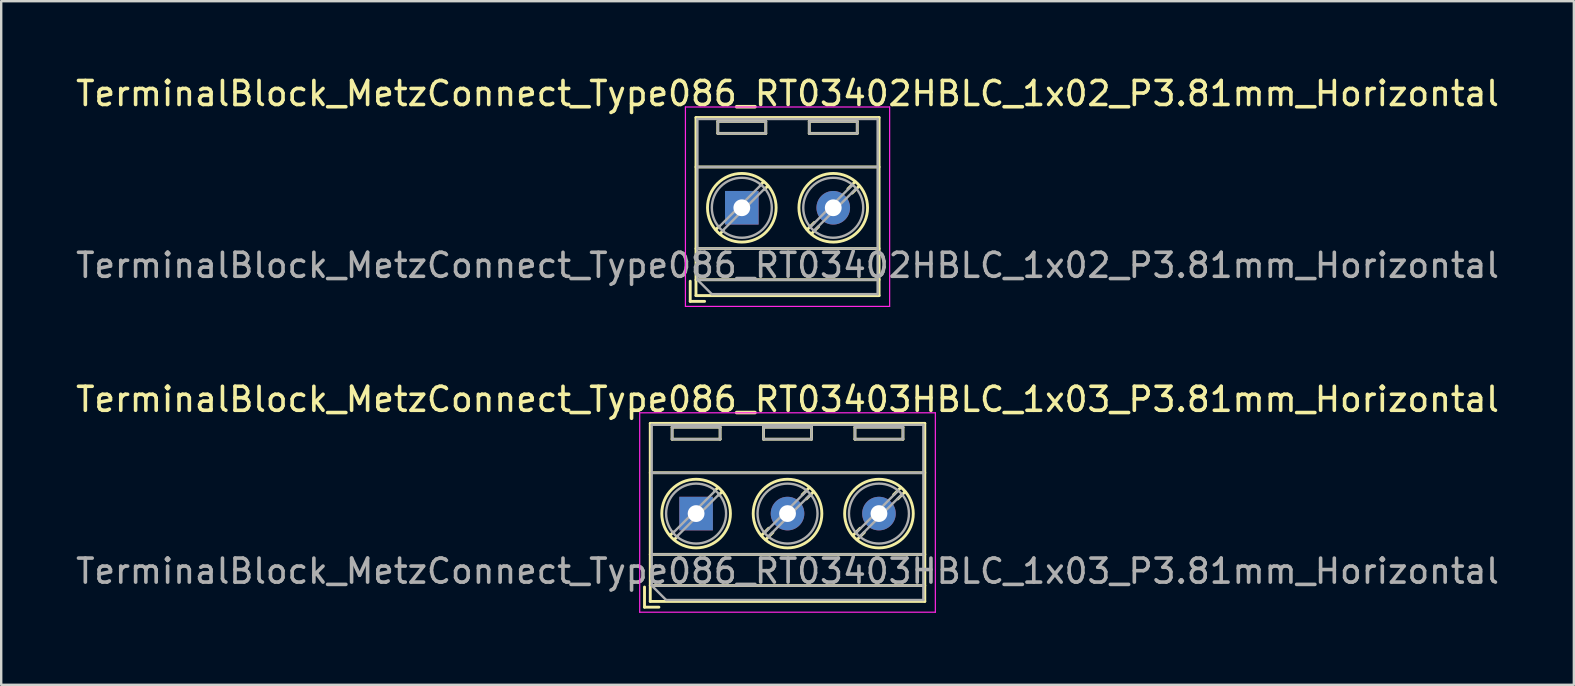
<source format=kicad_pcb>
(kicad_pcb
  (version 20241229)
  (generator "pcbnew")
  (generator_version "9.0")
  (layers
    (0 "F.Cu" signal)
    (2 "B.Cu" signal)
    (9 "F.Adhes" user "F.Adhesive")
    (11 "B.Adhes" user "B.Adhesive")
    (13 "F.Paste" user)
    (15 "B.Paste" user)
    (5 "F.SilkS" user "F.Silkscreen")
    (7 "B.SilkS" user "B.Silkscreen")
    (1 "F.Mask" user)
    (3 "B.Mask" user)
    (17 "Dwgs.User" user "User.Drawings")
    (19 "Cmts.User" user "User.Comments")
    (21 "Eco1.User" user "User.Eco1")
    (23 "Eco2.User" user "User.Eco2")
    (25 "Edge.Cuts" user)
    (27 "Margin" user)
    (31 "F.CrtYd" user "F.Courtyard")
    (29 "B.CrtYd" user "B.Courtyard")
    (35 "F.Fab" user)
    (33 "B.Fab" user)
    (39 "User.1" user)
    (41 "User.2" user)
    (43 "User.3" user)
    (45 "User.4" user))
  (footprint "TerminalBlock_MetzConnect_Type086_RT03402HBLC_1x02_P3.81mm_Horizontal"
    (layer "F.Cu")
    (at 27.863 5.608)
    (property "Reference" "TerminalBlock_MetzConnect_Type086_RT03402HBLC_1x02_P3.81mm_Horizontal" (at 1.905 -4.76 0) (layer "F.SilkS") (effects (font (size 1 1) (thickness 0.15))))
    (attr through_hole)
    (fp_line (start -2.15 3.06) (end -2.15 3.9) (stroke (width 0.12) (type solid)) (layer "F.SilkS"))
    (fp_line (start -2.15 3.9) (end -1.55 3.9) (stroke (width 0.12) (type solid)) (layer "F.SilkS"))
    (fp_line (start -1.91 -3.76) (end -1.91 3.66) (stroke (width 0.12) (type solid)) (layer "F.SilkS"))
    (fp_line (start -1.91 -3.76) (end 5.72 -3.76) (stroke (width 0.12) (type solid)) (layer "F.SilkS"))
    (fp_line (start -1.91 -1.7) (end 5.72 -1.7) (stroke (width 0.12) (type solid)) (layer "F.SilkS"))
    (fp_line (start -1.91 1.701) (end 5.72 1.701) (stroke (width 0.12) (type solid)) (layer "F.SilkS"))
    (fp_line (start -1.91 3) (end 5.72 3) (stroke (width 0.12) (type solid)) (layer "F.SilkS"))
    (fp_line (start -1.91 3.66) (end 5.72 3.66) (stroke (width 0.12) (type solid)) (layer "F.SilkS"))
    (fp_line (start -1 -3.6) (end -1 -3.1) (stroke (width 0.12) (type solid)) (layer "F.SilkS"))
    (fp_line (start -1 -3.6) (end 1 -3.6) (stroke (width 0.12) (type solid)) (layer "F.SilkS"))
    (fp_line (start -1 -3.1) (end 1 -3.1) (stroke (width 0.12) (type solid)) (layer "F.SilkS"))
    (fp_line (start -0.946 0.771) (end -1.085 0.91) (stroke (width 0.12) (type solid)) (layer "F.SilkS"))
    (fp_line (start -0.771 0.945) (end -0.911 1.085) (stroke (width 0.12) (type solid)) (layer "F.SilkS"))
    (fp_line (start 0.911 -1.085) (end 0.771 -0.945) (stroke (width 0.12) (type solid)) (layer "F.SilkS"))
    (fp_line (start 1 -3.6) (end 1 -3.1) (stroke (width 0.12) (type solid)) (layer "F.SilkS"))
    (fp_line (start 1.085 -0.91) (end 0.945 -0.771) (stroke (width 0.12) (type solid)) (layer "F.SilkS"))
    (fp_line (start 2.81 -3.6) (end 2.81 -3.1) (stroke (width 0.12) (type solid)) (layer "F.SilkS"))
    (fp_line (start 2.81 -3.6) (end 4.81 -3.6) (stroke (width 0.12) (type solid)) (layer "F.SilkS"))
    (fp_line (start 2.81 -3.1) (end 4.81 -3.1) (stroke (width 0.12) (type solid)) (layer "F.SilkS"))
    (fp_line (start 3.025 0.611) (end 2.726 0.91) (stroke (width 0.12) (type solid)) (layer "F.SilkS"))
    (fp_line (start 3.2 0.786) (end 2.9 1.085) (stroke (width 0.12) (type solid)) (layer "F.SilkS"))
    (fp_line (start 4.721 -1.085) (end 4.421 -0.786) (stroke (width 0.12) (type solid)) (layer "F.SilkS"))
    (fp_line (start 4.81 -3.6) (end 4.81 -3.1) (stroke (width 0.12) (type solid)) (layer "F.SilkS"))
    (fp_line (start 4.895 -0.91) (end 4.596 -0.611) (stroke (width 0.12) (type solid)) (layer "F.SilkS"))
    (fp_line (start 5.72 -3.76) (end 5.72 3.66) (stroke (width 0.12) (type solid)) (layer "F.SilkS"))
    (fp_circle (center 0 0) (end 1.43 0) (stroke (width 0.12) (type solid)) (fill no) (layer "F.SilkS"))
    (fp_circle (center 3.81 0) (end 5.24 0) (stroke (width 0.12) (type solid)) (fill no) (layer "F.SilkS"))
    (fp_line (start -2.35 -4.2) (end -2.35 4.11) (stroke (width 0.05) (type solid)) (layer "F.CrtYd"))
    (fp_line (start -2.35 4.11) (end 6.16 4.11) (stroke (width 0.05) (type solid)) (layer "F.CrtYd"))
    (fp_line (start 6.16 -4.2) (end -2.35 -4.2) (stroke (width 0.05) (type solid)) (layer "F.CrtYd"))
    (fp_line (start 6.16 4.11) (end 6.16 -4.2) (stroke (width 0.05) (type solid)) (layer "F.CrtYd"))
    (fp_line (start -1.85 -3.7) (end 5.66 -3.7) (stroke (width 0.1) (type solid)) (layer "F.Fab"))
    (fp_line (start -1.85 -1.7) (end 5.66 -1.7) (stroke (width 0.1) (type solid)) (layer "F.Fab"))
    (fp_line (start -1.85 1.7) (end 5.66 1.7) (stroke (width 0.1) (type solid)) (layer "F.Fab"))
    (fp_line (start -1.85 3) (end -1.85 -3.7) (stroke (width 0.1) (type solid)) (layer "F.Fab"))
    (fp_line (start -1.85 3) (end 5.66 3) (stroke (width 0.1) (type solid)) (layer "F.Fab"))
    (fp_line (start -1.25 3.6) (end -1.85 3) (stroke (width 0.1) (type solid)) (layer "F.Fab"))
    (fp_line (start -1 -3.6) (end -1 -3.1) (stroke (width 0.1) (type solid)) (layer "F.Fab"))
    (fp_line (start -1 -3.1) (end 1 -3.1) (stroke (width 0.1) (type solid)) (layer "F.Fab"))
    (fp_line (start 0.796 -0.948) (end -0.949 0.796) (stroke (width 0.1) (type solid)) (layer "F.Fab"))
    (fp_line (start 0.949 -0.796) (end -0.796 0.948) (stroke (width 0.1) (type solid)) (layer "F.Fab"))
    (fp_line (start 1 -3.6) (end -1 -3.6) (stroke (width 0.1) (type solid)) (layer "F.Fab"))
    (fp_line (start 1 -3.1) (end 1 -3.6) (stroke (width 0.1) (type solid)) (layer "F.Fab"))
    (fp_line (start 2.81 -3.6) (end 2.81 -3.1) (stroke (width 0.1) (type solid)) (layer "F.Fab"))
    (fp_line (start 2.81 -3.1) (end 4.81 -3.1) (stroke (width 0.1) (type solid)) (layer "F.Fab"))
    (fp_line (start 4.606 -0.948) (end 2.862 0.796) (stroke (width 0.1) (type solid)) (layer "F.Fab"))
    (fp_line (start 4.759 -0.796) (end 3.015 0.948) (stroke (width 0.1) (type solid)) (layer "F.Fab"))
    (fp_line (start 4.81 -3.6) (end 2.81 -3.6) (stroke (width 0.1) (type solid)) (layer "F.Fab"))
    (fp_line (start 4.81 -3.1) (end 4.81 -3.6) (stroke (width 0.1) (type solid)) (layer "F.Fab"))
    (fp_line (start 5.66 -3.7) (end 5.66 3.6) (stroke (width 0.1) (type solid)) (layer "F.Fab"))
    (fp_line (start 5.66 3.6) (end -1.25 3.6) (stroke (width 0.1) (type solid)) (layer "F.Fab"))
    (fp_circle (center 0 0) (end 1.25 0) (stroke (width 0.1) (type solid)) (fill no) (layer "F.Fab"))
    (fp_circle (center 3.81 0) (end 5.06 0) (stroke (width 0.1) (type solid)) (fill no) (layer "F.Fab"))
    (fp_text user "${REFERENCE}" (at 1.905 2.4 0) (layer "F.Fab") (effects (font (size 1 1) (thickness 0.15))))
    (pad "1" thru_hole rect (at 0 0) (size 1.4 1.4) (drill 0.7) (layers "*.Cu" "*.Mask"))
    (pad "2" thru_hole circle (at 3.81 0) (size 1.4 1.4) (drill 0.7) (layers "*.Cu" "*.Mask")))
  (footprint "TerminalBlock_MetzConnect_Type086_RT03403HBLC_1x03_P3.81mm_Horizontal"
    (layer "F.Cu")
    (at 25.958 18.352)
    (property "Reference" "TerminalBlock_MetzConnect_Type086_RT03403HBLC_1x03_P3.81mm_Horizontal" (at 3.81 -4.76 0) (layer "F.SilkS") (effects (font (size 1 1) (thickness 0.15))))
    (attr through_hole)
    (fp_line (start -2.15 3.06) (end -2.15 3.9) (stroke (width 0.12) (type solid)) (layer "F.SilkS"))
    (fp_line (start -2.15 3.9) (end -1.55 3.9) (stroke (width 0.12) (type solid)) (layer "F.SilkS"))
    (fp_line (start -1.91 -3.76) (end -1.91 3.66) (stroke (width 0.12) (type solid)) (layer "F.SilkS"))
    (fp_line (start -1.91 -3.76) (end 9.53 -3.76) (stroke (width 0.12) (type solid)) (layer "F.SilkS"))
    (fp_line (start -1.91 -1.7) (end 9.53 -1.7) (stroke (width 0.12) (type solid)) (layer "F.SilkS"))
    (fp_line (start -1.91 1.701) (end 9.53 1.701) (stroke (width 0.12) (type solid)) (layer "F.SilkS"))
    (fp_line (start -1.91 3) (end 9.53 3) (stroke (width 0.12) (type solid)) (layer "F.SilkS"))
    (fp_line (start -1.91 3.66) (end 9.53 3.66) (stroke (width 0.12) (type solid)) (layer "F.SilkS"))
    (fp_line (start -1 -3.6) (end -1 -3.1) (stroke (width 0.12) (type solid)) (layer "F.SilkS"))
    (fp_line (start -1 -3.6) (end 1 -3.6) (stroke (width 0.12) (type solid)) (layer "F.SilkS"))
    (fp_line (start -1 -3.1) (end 1 -3.1) (stroke (width 0.12) (type solid)) (layer "F.SilkS"))
    (fp_line (start -0.946 0.771) (end -1.085 0.91) (stroke (width 0.12) (type solid)) (layer "F.SilkS"))
    (fp_line (start -0.771 0.945) (end -0.911 1.085) (stroke (width 0.12) (type solid)) (layer "F.SilkS"))
    (fp_line (start 0.911 -1.085) (end 0.771 -0.945) (stroke (width 0.12) (type solid)) (layer "F.SilkS"))
    (fp_line (start 1 -3.6) (end 1 -3.1) (stroke (width 0.12) (type solid)) (layer "F.SilkS"))
    (fp_line (start 1.085 -0.91) (end 0.945 -0.771) (stroke (width 0.12) (type solid)) (layer "F.SilkS"))
    (fp_line (start 2.81 -3.6) (end 2.81 -3.1) (stroke (width 0.12) (type solid)) (layer "F.SilkS"))
    (fp_line (start 2.81 -3.6) (end 4.81 -3.6) (stroke (width 0.12) (type solid)) (layer "F.SilkS"))
    (fp_line (start 2.81 -3.1) (end 4.81 -3.1) (stroke (width 0.12) (type solid)) (layer "F.SilkS"))
    (fp_line (start 3.025 0.611) (end 2.726 0.91) (stroke (width 0.12) (type solid)) (layer "F.SilkS"))
    (fp_line (start 3.2 0.786) (end 2.9 1.085) (stroke (width 0.12) (type solid)) (layer "F.SilkS"))
    (fp_line (start 4.721 -1.085) (end 4.421 -0.786) (stroke (width 0.12) (type solid)) (layer "F.SilkS"))
    (fp_line (start 4.81 -3.6) (end 4.81 -3.1) (stroke (width 0.12) (type solid)) (layer "F.SilkS"))
    (fp_line (start 4.895 -0.91) (end 4.596 -0.611) (stroke (width 0.12) (type solid)) (layer "F.SilkS"))
    (fp_line (start 6.62 -3.6) (end 6.62 -3.1) (stroke (width 0.12) (type solid)) (layer "F.SilkS"))
    (fp_line (start 6.62 -3.6) (end 8.62 -3.6) (stroke (width 0.12) (type solid)) (layer "F.SilkS"))
    (fp_line (start 6.62 -3.1) (end 8.62 -3.1) (stroke (width 0.12) (type solid)) (layer "F.SilkS"))
    (fp_line (start 6.835 0.611) (end 6.536 0.91) (stroke (width 0.12) (type solid)) (layer "F.SilkS"))
    (fp_line (start 7.01 0.786) (end 6.71 1.085) (stroke (width 0.12) (type solid)) (layer "F.SilkS"))
    (fp_line (start 8.531 -1.085) (end 8.231 -0.786) (stroke (width 0.12) (type solid)) (layer "F.SilkS"))
    (fp_line (start 8.62 -3.6) (end 8.62 -3.1) (stroke (width 0.12) (type solid)) (layer "F.SilkS"))
    (fp_line (start 8.705 -0.91) (end 8.406 -0.611) (stroke (width 0.12) (type solid)) (layer "F.SilkS"))
    (fp_line (start 9.53 -3.76) (end 9.53 3.66) (stroke (width 0.12) (type solid)) (layer "F.SilkS"))
    (fp_circle (center 0 0) (end 1.43 0) (stroke (width 0.12) (type solid)) (fill no) (layer "F.SilkS"))
    (fp_circle (center 3.81 0) (end 5.24 0) (stroke (width 0.12) (type solid)) (fill no) (layer "F.SilkS"))
    (fp_circle (center 7.62 0) (end 9.05 0) (stroke (width 0.12) (type solid)) (fill no) (layer "F.SilkS"))
    (fp_line (start -2.35 -4.2) (end -2.35 4.11) (stroke (width 0.05) (type solid)) (layer "F.CrtYd"))
    (fp_line (start -2.35 4.11) (end 9.97 4.11) (stroke (width 0.05) (type solid)) (layer "F.CrtYd"))
    (fp_line (start 9.97 -4.2) (end -2.35 -4.2) (stroke (width 0.05) (type solid)) (layer "F.CrtYd"))
    (fp_line (start 9.97 4.11) (end 9.97 -4.2) (stroke (width 0.05) (type solid)) (layer "F.CrtYd"))
    (fp_line (start -1.85 -3.7) (end 9.47 -3.7) (stroke (width 0.1) (type solid)) (layer "F.Fab"))
    (fp_line (start -1.85 -1.7) (end 9.47 -1.7) (stroke (width 0.1) (type solid)) (layer "F.Fab"))
    (fp_line (start -1.85 1.7) (end 9.47 1.7) (stroke (width 0.1) (type solid)) (layer "F.Fab"))
    (fp_line (start -1.85 3) (end -1.85 -3.7) (stroke (width 0.1) (type solid)) (layer "F.Fab"))
    (fp_line (start -1.85 3) (end 9.47 3) (stroke (width 0.1) (type solid)) (layer "F.Fab"))
    (fp_line (start -1.25 3.6) (end -1.85 3) (stroke (width 0.1) (type solid)) (layer "F.Fab"))
    (fp_line (start -1 -3.6) (end -1 -3.1) (stroke (width 0.1) (type solid)) (layer "F.Fab"))
    (fp_line (start -1 -3.1) (end 1 -3.1) (stroke (width 0.1) (type solid)) (layer "F.Fab"))
    (fp_line (start 0.796 -0.948) (end -0.949 0.796) (stroke (width 0.1) (type solid)) (layer "F.Fab"))
    (fp_line (start 0.949 -0.796) (end -0.796 0.948) (stroke (width 0.1) (type solid)) (layer "F.Fab"))
    (fp_line (start 1 -3.6) (end -1 -3.6) (stroke (width 0.1) (type solid)) (layer "F.Fab"))
    (fp_line (start 1 -3.1) (end 1 -3.6) (stroke (width 0.1) (type solid)) (layer "F.Fab"))
    (fp_line (start 2.81 -3.6) (end 2.81 -3.1) (stroke (width 0.1) (type solid)) (layer "F.Fab"))
    (fp_line (start 2.81 -3.1) (end 4.81 -3.1) (stroke (width 0.1) (type solid)) (layer "F.Fab"))
    (fp_line (start 4.606 -0.948) (end 2.862 0.796) (stroke (width 0.1) (type solid)) (layer "F.Fab"))
    (fp_line (start 4.759 -0.796) (end 3.015 0.948) (stroke (width 0.1) (type solid)) (layer "F.Fab"))
    (fp_line (start 4.81 -3.6) (end 2.81 -3.6) (stroke (width 0.1) (type solid)) (layer "F.Fab"))
    (fp_line (start 4.81 -3.1) (end 4.81 -3.6) (stroke (width 0.1) (type solid)) (layer "F.Fab"))
    (fp_line (start 6.62 -3.6) (end 6.62 -3.1) (stroke (width 0.1) (type solid)) (layer "F.Fab"))
    (fp_line (start 6.62 -3.1) (end 8.62 -3.1) (stroke (width 0.1) (type solid)) (layer "F.Fab"))
    (fp_line (start 8.416 -0.948) (end 6.672 0.796) (stroke (width 0.1) (type solid)) (layer "F.Fab"))
    (fp_line (start 8.569 -0.796) (end 6.825 0.948) (stroke (width 0.1) (type solid)) (layer "F.Fab"))
    (fp_line (start 8.62 -3.6) (end 6.62 -3.6) (stroke (width 0.1) (type solid)) (layer "F.Fab"))
    (fp_line (start 8.62 -3.1) (end 8.62 -3.6) (stroke (width 0.1) (type solid)) (layer "F.Fab"))
    (fp_line (start 9.47 -3.7) (end 9.47 3.6) (stroke (width 0.1) (type solid)) (layer "F.Fab"))
    (fp_line (start 9.47 3.6) (end -1.25 3.6) (stroke (width 0.1) (type solid)) (layer "F.Fab"))
    (fp_circle (center 0 0) (end 1.25 0) (stroke (width 0.1) (type solid)) (fill no) (layer "F.Fab"))
    (fp_circle (center 3.81 0) (end 5.06 0) (stroke (width 0.1) (type solid)) (fill no) (layer "F.Fab"))
    (fp_circle (center 7.62 0) (end 8.87 0) (stroke (width 0.1) (type solid)) (fill no) (layer "F.Fab"))
    (fp_text user "${REFERENCE}" (at 3.81 2.4 0) (layer "F.Fab") (effects (font (size 1 1) (thickness 0.15))))
    (pad "1" thru_hole rect (at 0 0) (size 1.4 1.4) (drill 0.7) (layers "*.Cu" "*.Mask"))
    (pad "2" thru_hole circle (at 3.81 0) (size 1.4 1.4) (drill 0.7) (layers "*.Cu" "*.Mask"))
    (pad "3" thru_hole circle (at 7.62 0) (size 1.4 1.4) (drill 0.7) (layers "*.Cu" "*.Mask")))
  (gr_rect
    (start -3 -3)
    (end 62.536 25.486)
    (stroke (width 0.1) (type default))
    (fill no)
    (layer "Edge.Cuts")))
</source>
